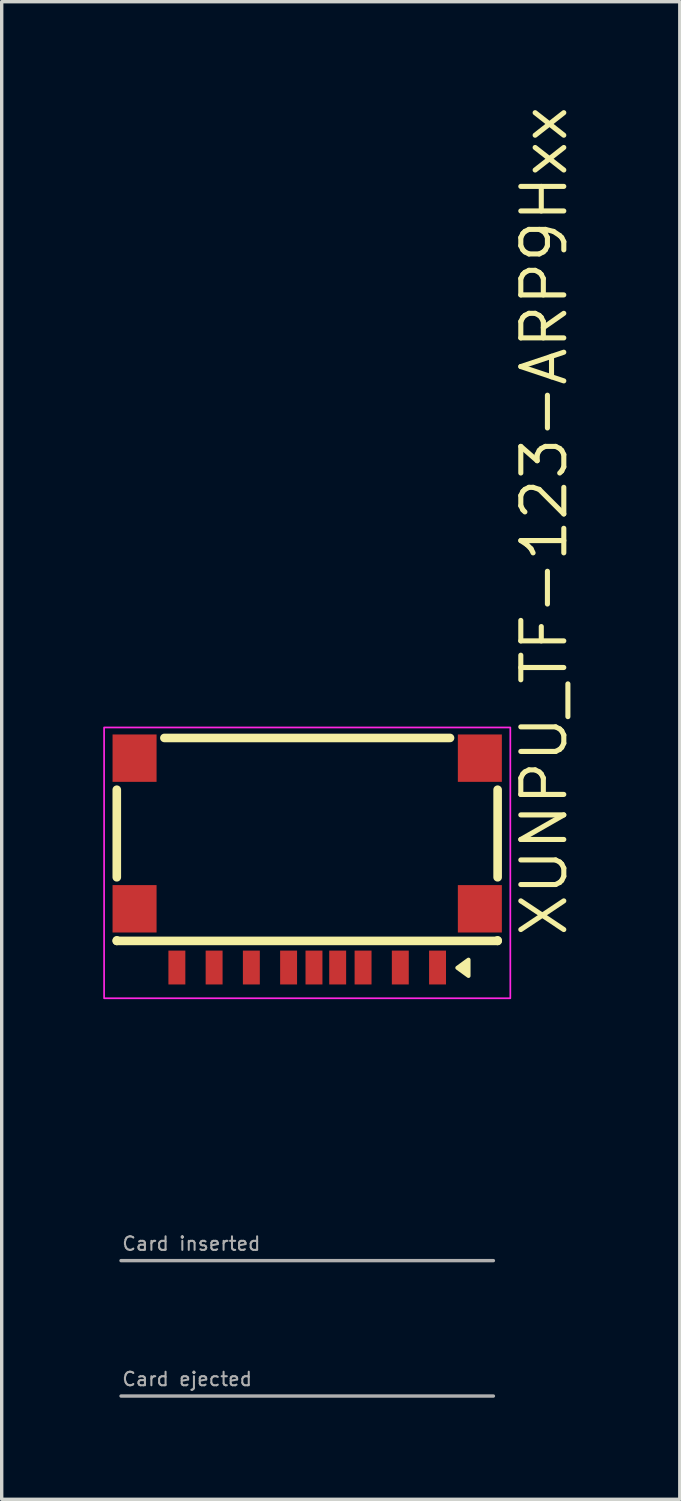
<source format=kicad_pcb>
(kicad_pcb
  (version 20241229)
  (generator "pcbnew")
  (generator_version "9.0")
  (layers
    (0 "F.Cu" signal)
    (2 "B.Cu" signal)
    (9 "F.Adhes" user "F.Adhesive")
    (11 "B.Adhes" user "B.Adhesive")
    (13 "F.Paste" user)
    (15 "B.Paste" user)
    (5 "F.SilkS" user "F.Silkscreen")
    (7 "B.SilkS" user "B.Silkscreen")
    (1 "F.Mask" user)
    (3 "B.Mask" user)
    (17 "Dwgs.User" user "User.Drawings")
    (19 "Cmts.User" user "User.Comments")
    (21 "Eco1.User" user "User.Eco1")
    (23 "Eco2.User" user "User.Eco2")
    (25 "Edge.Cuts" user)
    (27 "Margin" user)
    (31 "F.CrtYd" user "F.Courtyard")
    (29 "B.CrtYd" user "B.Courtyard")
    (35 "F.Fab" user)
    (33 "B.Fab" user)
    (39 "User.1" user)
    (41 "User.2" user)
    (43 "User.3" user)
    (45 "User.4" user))
  (footprint "XUNPU_TF-123-ARP9Hxx"
    (layer "F.Cu")
    (at 6.025 22.439)
    (property "Reference" "XUNPU_TF-123-ARP9Hxx" (at 7 2.25 270) (layer "F.SilkS") (effects (font (size 1.27 1.27) (thickness 0.15)) (justify left)))
    (attr smd)
    (fp_line (start -5.625 0.426) (end -5.625 -2.161) (stroke (width 0.254) (type solid)) (layer "F.SilkS"))
    (fp_line (start -5.625 2.305) (end -5.625 2.289) (stroke (width 0.254) (type solid)) (layer "F.SilkS"))
    (fp_line (start -4.219 -3.69) (end 4.219 -3.69) (stroke (width 0.254) (type solid)) (layer "F.SilkS"))
    (fp_line (start 5.625 -2.161) (end 5.625 0.426) (stroke (width 0.254) (type solid)) (layer "F.SilkS"))
    (fp_line (start 5.625 2.289) (end 5.625 2.305) (stroke (width 0.254) (type solid)) (layer "F.SilkS"))
    (fp_line (start 5.625 2.305) (end -5.625 2.305) (stroke (width 0.254) (type solid)) (layer "F.SilkS"))
    (fp_poly (pts (xy 4.435 3.1) (xy 4.765 2.86) (xy 4.765 3.34) (xy 4.435 3.1)) (stroke (width 0.12) (type solid)) (fill yes) (layer "F.SilkS"))
    (fp_rect (start -6 -4) (end 6 4) (stroke (width 0.05) (type default)) (fill no) (layer "F.CrtYd"))
    (fp_line (start 5.5 11.75) (end -5.5 11.75) (stroke (width 0.1) (type default)) (layer "F.Fab"))
    (fp_line (start 5.5 15.75) (end -5.5 15.75) (stroke (width 0.1) (type default)) (layer "F.Fab"))
    (fp_text user "Card ejected" (at -5.5 15.25 0) (unlocked yes) (layer "F.Fab") (effects (font (size 0.4 0.4) (thickness 0.06)) (justify left)))
    (fp_text user "Card inserted" (at -5.5 11.25 0) (unlocked yes) (layer "F.Fab") (effects (font (size 0.4 0.4) (thickness 0.06)) (justify left)))
    (pad "1" smd rect (at 3.85 3.092) (size 0.5 1) (layers "F.Cu" "F.Mask" "F.Paste"))
    (pad "2" smd rect (at 2.75 3.092) (size 0.5 1) (layers "F.Cu" "F.Mask" "F.Paste"))
    (pad "3" smd rect (at 1.65 3.092) (size 0.5 1) (layers "F.Cu" "F.Mask" "F.Paste"))
    (pad "4" smd rect (at 0.9 3.092) (size 0.5 1) (layers "F.Cu" "F.Mask" "F.Paste"))
    (pad "5" smd rect (at -0.55 3.092) (size 0.5 1) (layers "F.Cu" "F.Mask" "F.Paste"))
    (pad "6" smd rect (at -1.65 3.092) (size 0.5 1) (layers "F.Cu" "F.Mask" "F.Paste"))
    (pad "7" smd rect (at -2.75 3.092) (size 0.5 1) (layers "F.Cu" "F.Mask" "F.Paste"))
    (pad "8" smd rect (at -3.85 3.092) (size 0.5 1) (layers "F.Cu" "F.Mask" "F.Paste"))
    (pad "9" smd rect (at 0.2 3.092) (size 0.5 1) (layers "F.Cu" "F.Mask" "F.Paste"))
    (pad "11" smd rect (at -5.1 -3.093) (size 1.3 1.4) (layers "F.Cu" "F.Mask" "F.Paste"))
    (pad "11" smd rect (at -5.1 1.357) (size 1.3 1.4) (layers "F.Cu" "F.Mask" "F.Paste"))
    (pad "11" smd rect (at 5.1 -3.093) (size 1.3 1.4) (layers "F.Cu" "F.Mask" "F.Paste"))
    (pad "11" smd rect (at 5.1 1.357) (size 1.3 1.4) (layers "F.Cu" "F.Mask" "F.Paste")))
  (gr_rect
    (start -3 -3)
    (end 17.031 41.239)
    (stroke (width 0.1) (type default))
    (fill no)
    (layer "Edge.Cuts")))
</source>
